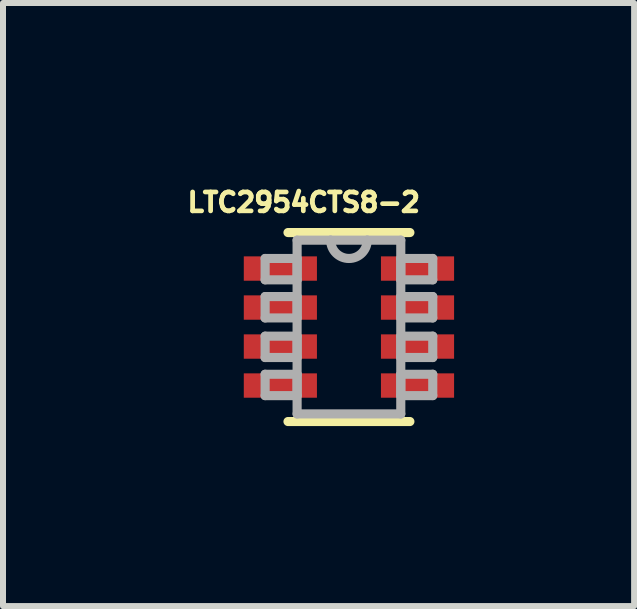
<source format=kicad_pcb>
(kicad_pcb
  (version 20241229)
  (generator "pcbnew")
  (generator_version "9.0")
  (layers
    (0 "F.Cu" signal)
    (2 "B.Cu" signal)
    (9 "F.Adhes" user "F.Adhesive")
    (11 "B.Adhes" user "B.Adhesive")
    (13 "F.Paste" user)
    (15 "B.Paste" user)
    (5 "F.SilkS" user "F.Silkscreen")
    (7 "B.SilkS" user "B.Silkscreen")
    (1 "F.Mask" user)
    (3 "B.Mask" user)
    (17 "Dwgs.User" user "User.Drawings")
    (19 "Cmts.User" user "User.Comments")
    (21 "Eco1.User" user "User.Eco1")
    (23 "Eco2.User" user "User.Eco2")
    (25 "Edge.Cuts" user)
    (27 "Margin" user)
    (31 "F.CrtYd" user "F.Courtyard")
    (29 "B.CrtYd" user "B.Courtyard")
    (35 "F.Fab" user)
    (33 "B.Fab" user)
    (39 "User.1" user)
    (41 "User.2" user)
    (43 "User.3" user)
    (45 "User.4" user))
  (footprint "LTC2954CTS8-2"
    (layer "F.Cu")
    (at 2.766 2.401)
    (property "Reference" "LTC2954CTS8-2" (at -0.753 -2.078 0) (layer "F.SilkS") (effects (font (size 0.315 0.315) (thickness 0.15))))
    (attr smd)
    (fp_line (start -1.016 1.575) (end 1.016 1.575) (stroke (width 0.152) (type solid)) (layer "F.SilkS"))
    (fp_line (start 1.016 -1.575) (end -1.016 -1.575) (stroke (width 0.152) (type solid)) (layer "F.SilkS"))
    (fp_line (start -1.397 -1.143) (end -1.397 -0.787) (stroke (width 0.152) (type solid)) (layer "F.Fab"))
    (fp_line (start -1.397 -0.787) (end -0.864 -0.787) (stroke (width 0.152) (type solid)) (layer "F.Fab"))
    (fp_line (start -1.397 -0.508) (end -1.397 -0.152) (stroke (width 0.152) (type solid)) (layer "F.Fab"))
    (fp_line (start -1.397 -0.152) (end -0.864 -0.152) (stroke (width 0.152) (type solid)) (layer "F.Fab"))
    (fp_line (start -1.397 0.152) (end -1.397 0.508) (stroke (width 0.152) (type solid)) (layer "F.Fab"))
    (fp_line (start -1.397 0.508) (end -0.864 0.508) (stroke (width 0.152) (type solid)) (layer "F.Fab"))
    (fp_line (start -1.397 0.787) (end -1.397 1.143) (stroke (width 0.152) (type solid)) (layer "F.Fab"))
    (fp_line (start -1.397 1.143) (end -0.864 1.143) (stroke (width 0.152) (type solid)) (layer "F.Fab"))
    (fp_line (start -0.864 -1.448) (end -0.864 1.448) (stroke (width 0.152) (type solid)) (layer "F.Fab"))
    (fp_line (start -0.864 -1.143) (end -1.397 -1.143) (stroke (width 0.152) (type solid)) (layer "F.Fab"))
    (fp_line (start -0.864 -0.787) (end -0.864 -1.143) (stroke (width 0.152) (type solid)) (layer "F.Fab"))
    (fp_line (start -0.864 -0.508) (end -1.397 -0.508) (stroke (width 0.152) (type solid)) (layer "F.Fab"))
    (fp_line (start -0.864 -0.152) (end -0.864 -0.508) (stroke (width 0.152) (type solid)) (layer "F.Fab"))
    (fp_line (start -0.864 0.152) (end -1.397 0.152) (stroke (width 0.152) (type solid)) (layer "F.Fab"))
    (fp_line (start -0.864 0.508) (end -0.864 0.152) (stroke (width 0.152) (type solid)) (layer "F.Fab"))
    (fp_line (start -0.864 0.787) (end -1.397 0.787) (stroke (width 0.152) (type solid)) (layer "F.Fab"))
    (fp_line (start -0.864 1.143) (end -0.864 0.787) (stroke (width 0.152) (type solid)) (layer "F.Fab"))
    (fp_line (start -0.864 1.448) (end 0.864 1.448) (stroke (width 0.152) (type solid)) (layer "F.Fab"))
    (fp_line (start -0.305 -1.448) (end -0.864 -1.448) (stroke (width 0.152) (type solid)) (layer "F.Fab"))
    (fp_line (start 0.305 -1.448) (end -0.305 -1.448) (stroke (width 0.152) (type solid)) (layer "F.Fab"))
    (fp_line (start 0.864 -1.448) (end 0.305 -1.448) (stroke (width 0.152) (type solid)) (layer "F.Fab"))
    (fp_line (start 0.864 -1.143) (end 0.864 -0.787) (stroke (width 0.152) (type solid)) (layer "F.Fab"))
    (fp_line (start 0.864 -0.787) (end 1.397 -0.787) (stroke (width 0.152) (type solid)) (layer "F.Fab"))
    (fp_line (start 0.864 -0.508) (end 0.864 -0.152) (stroke (width 0.152) (type solid)) (layer "F.Fab"))
    (fp_line (start 0.864 -0.152) (end 1.397 -0.152) (stroke (width 0.152) (type solid)) (layer "F.Fab"))
    (fp_line (start 0.864 0.152) (end 0.864 0.508) (stroke (width 0.152) (type solid)) (layer "F.Fab"))
    (fp_line (start 0.864 0.508) (end 1.397 0.508) (stroke (width 0.152) (type solid)) (layer "F.Fab"))
    (fp_line (start 0.864 0.787) (end 0.864 1.143) (stroke (width 0.152) (type solid)) (layer "F.Fab"))
    (fp_line (start 0.864 1.143) (end 1.397 1.143) (stroke (width 0.152) (type solid)) (layer "F.Fab"))
    (fp_line (start 0.864 1.448) (end 0.864 -1.448) (stroke (width 0.152) (type solid)) (layer "F.Fab"))
    (fp_line (start 1.397 -1.143) (end 0.864 -1.143) (stroke (width 0.152) (type solid)) (layer "F.Fab"))
    (fp_line (start 1.397 -0.787) (end 1.397 -1.143) (stroke (width 0.152) (type solid)) (layer "F.Fab"))
    (fp_line (start 1.397 -0.508) (end 0.864 -0.508) (stroke (width 0.152) (type solid)) (layer "F.Fab"))
    (fp_line (start 1.397 -0.152) (end 1.397 -0.508) (stroke (width 0.152) (type solid)) (layer "F.Fab"))
    (fp_line (start 1.397 0.152) (end 0.864 0.152) (stroke (width 0.152) (type solid)) (layer "F.Fab"))
    (fp_line (start 1.397 0.508) (end 1.397 0.152) (stroke (width 0.152) (type solid)) (layer "F.Fab"))
    (fp_line (start 1.397 0.787) (end 0.864 0.787) (stroke (width 0.152) (type solid)) (layer "F.Fab"))
    (fp_line (start 1.397 1.143) (end 1.397 0.787) (stroke (width 0.152) (type solid)) (layer "F.Fab"))
    (fp_arc (start 0.3048 -1.4478) (mid 0 -1.143) (end -0.3048 -1.4478) (stroke (width 0.1524) (type solid)) (layer "F.Fab"))
    (pad "1" smd rect (at -1.143 -0.975) (size 1.219 0.406) (layers "F.Cu" "F.Mask" "F.Paste"))
    (pad "2" smd rect (at -1.143 -0.325) (size 1.219 0.406) (layers "F.Cu" "F.Mask" "F.Paste"))
    (pad "3" smd rect (at -1.143 0.325) (size 1.219 0.406) (layers "F.Cu" "F.Mask" "F.Paste"))
    (pad "4" smd rect (at -1.143 0.975) (size 1.219 0.406) (layers "F.Cu" "F.Mask" "F.Paste"))
    (pad "5" smd rect (at 1.143 0.975) (size 1.219 0.406) (layers "F.Cu" "F.Mask" "F.Paste"))
    (pad "6" smd rect (at 1.143 0.325) (size 1.219 0.406) (layers "F.Cu" "F.Mask" "F.Paste"))
    (pad "7" smd rect (at 1.143 -0.325) (size 1.219 0.406) (layers "F.Cu" "F.Mask" "F.Paste"))
    (pad "8" smd rect (at 1.143 -0.975) (size 1.219 0.406) (layers "F.Cu" "F.Mask" "F.Paste")))
  (gr_rect
    (start -3 -3)
    (end 7.519 7.052)
    (stroke (width 0.1) (type default))
    (fill no)
    (layer "Edge.Cuts")))
</source>
